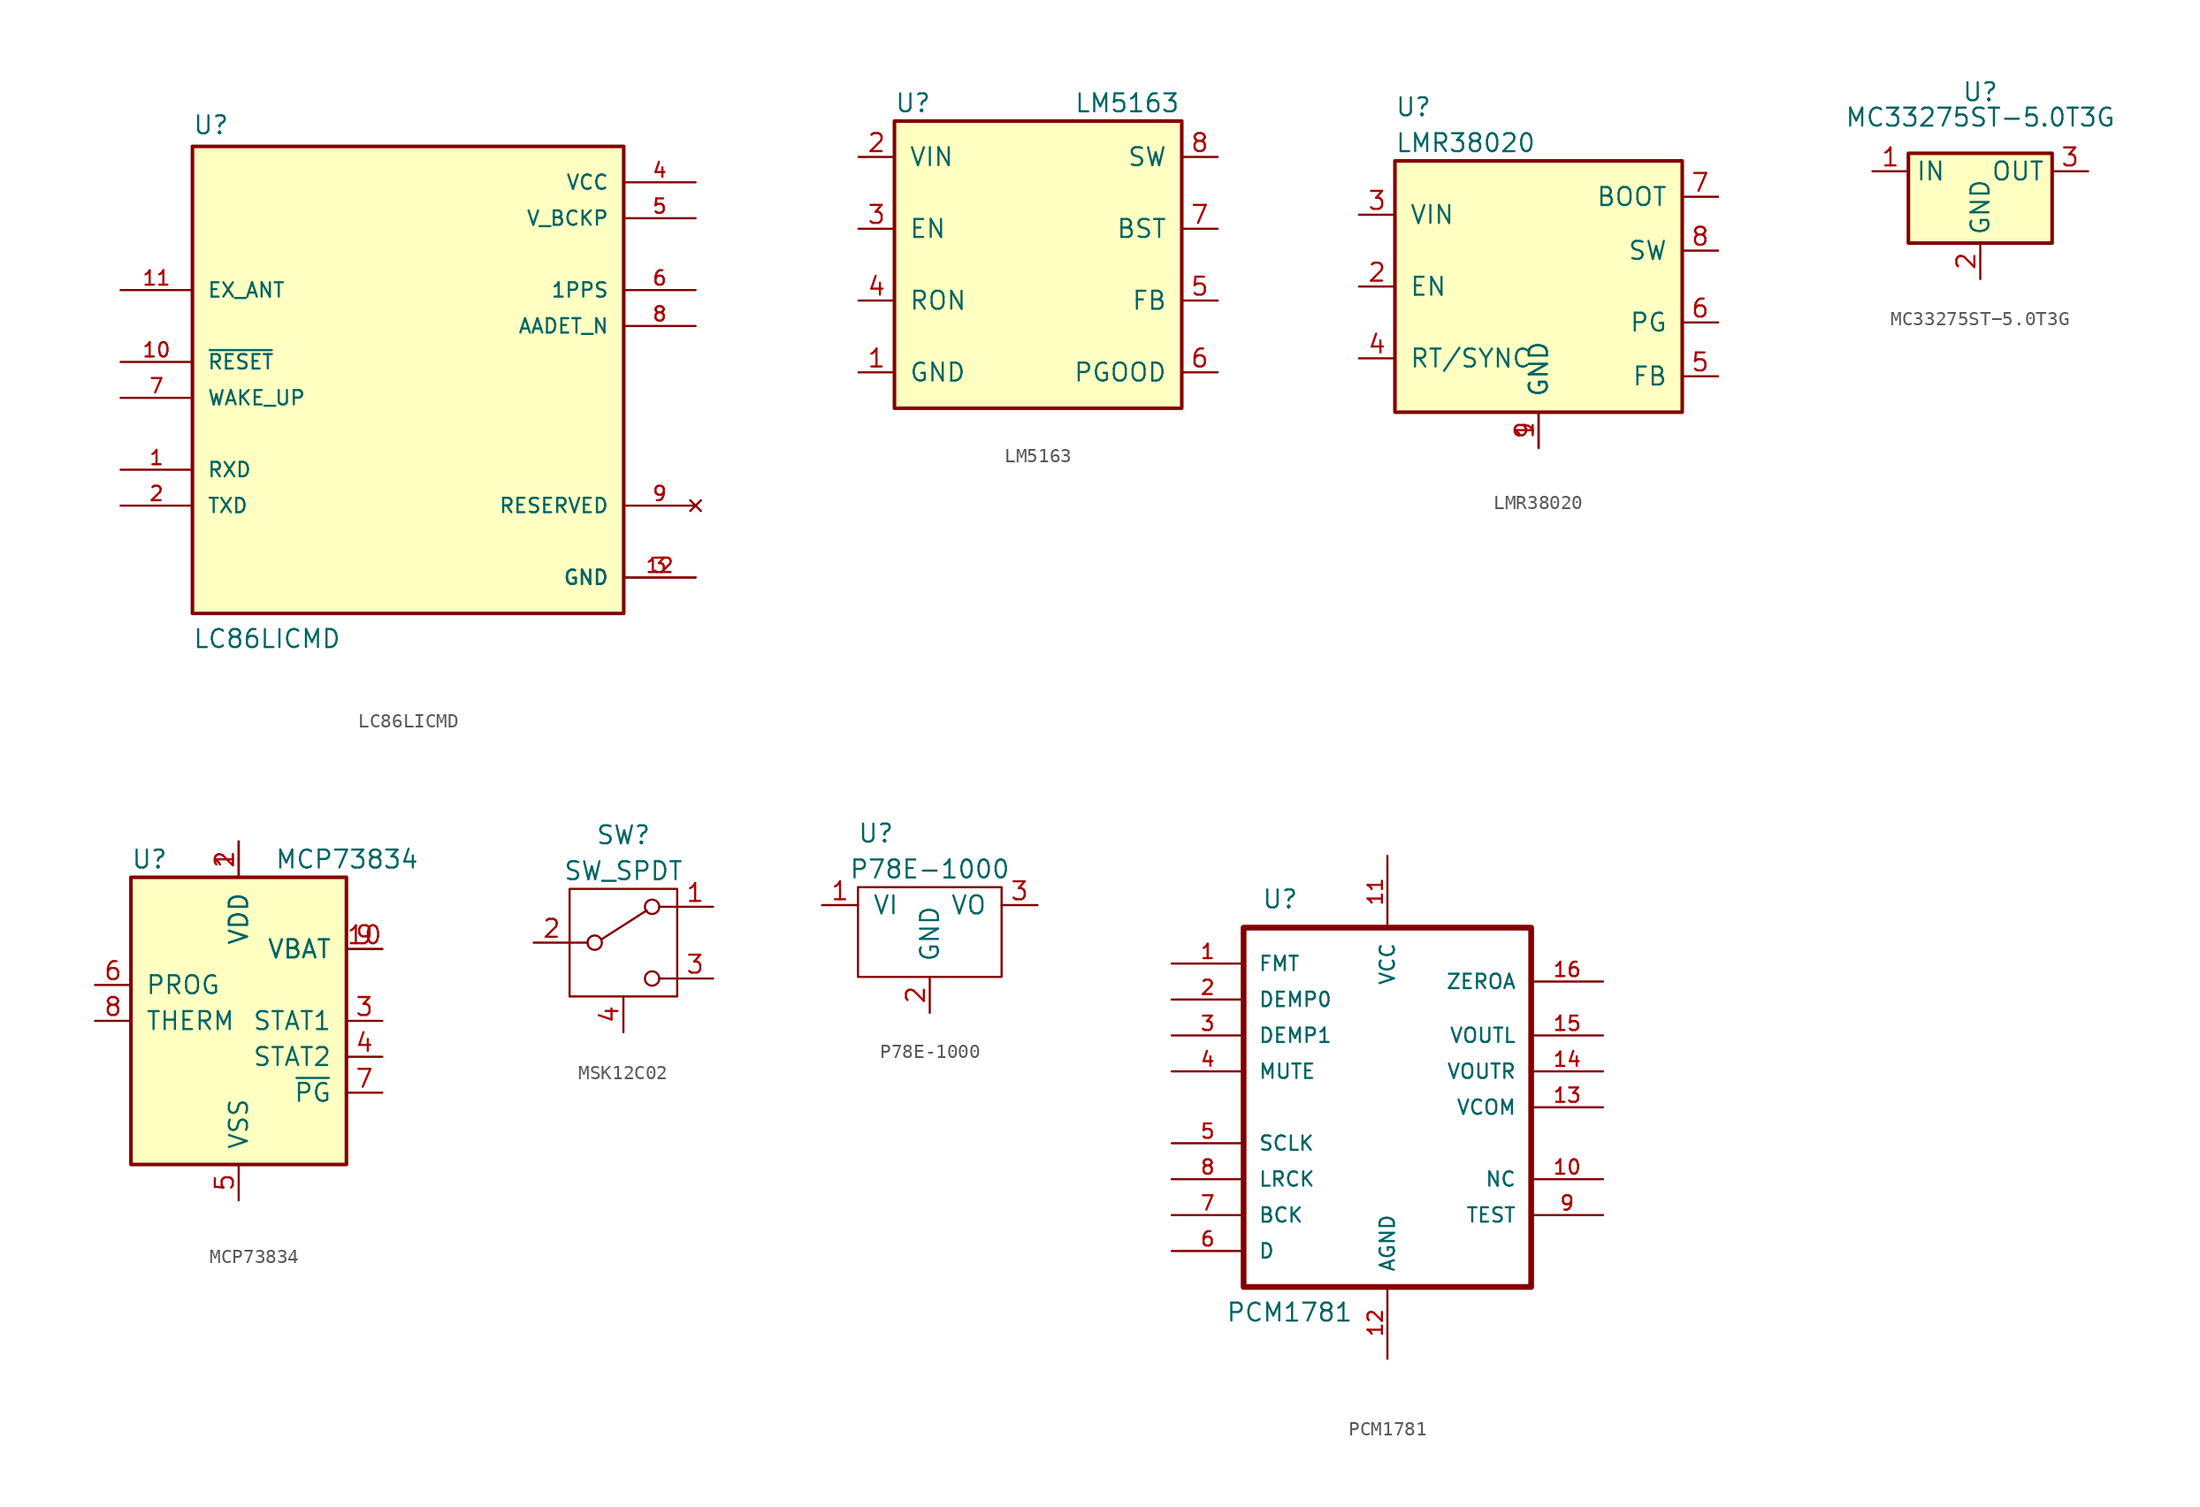
<source format=kicad_sym>
(kicad_symbol_lib
  (version 20220914)
  (generator kicad_symbol_editor)
  (symbol "LC86LICMD"
    (pin_names
      (offset 1.016))
    (property "Reference" "U"
      (at -15.24 16.002 0)
      (effects (font (size 1.27 1.27)) (justify left bottom)))
    (property "Value" "LC86LICMD"
      (at -15.24 -20.32 0)
      (effects (font (size 1.27 1.27)) (justify left bottom)))
    (symbol "LC86LICMD_0_0"
      (rectangle (start -15.24 -17.78) (end 15.24 15.24) (stroke (width 0.254) (type default)) (fill (type background)))
      (pin input line (at -20.32 -7.62 0) (length 5.08) (name "RXD" (effects (font (size 1.016 1.016)))) (number "1" (effects (font (size 1.016 1.016)))))
      (pin input line (at -20.32 0 0) (length 5.08) (name "~{RESET}" (effects (font (size 1.016 1.016)))) (number "10" (effects (font (size 1.016 1.016)))))
      (pin input line (at -20.32 5.08 0) (length 5.08) (name "EX_ANT" (effects (font (size 1.016 1.016)))) (number "11" (effects (font (size 1.016 1.016)))))
      (pin power_in line (at 20.32 -15.24 180) (length 5.08) (name "GND" (effects (font (size 1.016 1.016)))) (number "12" (effects (font (size 1.016 1.016)))))
      (pin output line (at -20.32 -10.16 0) (length 5.08) (name "TXD" (effects (font (size 1.016 1.016)))) (number "2" (effects (font (size 1.016 1.016)))))
      (pin power_in line (at 20.32 -15.24 180) (length 5.08) (name "GND" (effects (font (size 1.016 1.016)))) (number "3" (effects (font (size 1.016 1.016)))))
      (pin power_in line (at 20.32 12.7 180) (length 5.08) (name "VCC" (effects (font (size 1.016 1.016)))) (number "4" (effects (font (size 1.016 1.016)))))
      (pin power_in line (at 20.32 10.16 180) (length 5.08) (name "V_BCKP" (effects (font (size 1.016 1.016)))) (number "5" (effects (font (size 1.016 1.016)))))
      (pin output line (at 20.32 5.08 180) (length 5.08) (name "1PPS" (effects (font (size 1.016 1.016)))) (number "6" (effects (font (size 1.016 1.016)))))
      (pin input line (at -20.32 -2.54 0) (length 5.08) (name "WAKE_UP" (effects (font (size 1.016 1.016)))) (number "7" (effects (font (size 1.016 1.016)))))
      (pin output line (at 20.32 2.54 180) (length 5.08) (name "AADET_N" (effects (font (size 1.016 1.016)))) (number "8" (effects (font (size 1.016 1.016)))))
      (pin no_connect line (at 20.32 -10.16 180) (length 5.08) (name "RESERVED" (effects (font (size 1.016 1.016)))) (number "9" (effects (font (size 1.016 1.016)))))))
  (symbol "LM5163"
    (pin_names
      (offset 1.016))
    (property "Reference" "U"
      (at -10.16 11.43 0)
      (effects (font (size 1.27 1.27)) (justify left)))
    (property "Value" "LM5163"
      (at 2.54 11.43 0)
      (effects (font (size 1.27 1.27)) (justify left)))
    (symbol "LM5163_0_1"
      (rectangle (start -10.16 10.16) (end 10.16 -10.16) (stroke (width 0.254) (type default)) (fill (type background))))
    (symbol "LM5163_1_1"
      (pin power_in line (at -12.7 -7.62 0) (length 2.54) (name "GND" (effects (font (size 1.27 1.27)))) (number "1" (effects (font (size 1.27 1.27)))))
      (pin power_in line (at -12.7 7.62 0) (length 2.54) (name "VIN" (effects (font (size 1.27 1.27)))) (number "2" (effects (font (size 1.27 1.27)))))
      (pin input line (at -12.7 2.54 0) (length 2.54) (name "EN" (effects (font (size 1.27 1.27)))) (number "3" (effects (font (size 1.27 1.27)))))
      (pin input line (at -12.7 -2.54 0) (length 2.54) (name "RON" (effects (font (size 1.27 1.27)))) (number "4" (effects (font (size 1.27 1.27)))))
      (pin output line (at 12.7 -2.54 180) (length 2.54) (name "FB" (effects (font (size 1.27 1.27)))) (number "5" (effects (font (size 1.27 1.27)))))
      (pin input line (at 12.7 -7.62 180) (length 2.54) (name "PGOOD" (effects (font (size 1.27 1.27)))) (number "6" (effects (font (size 1.27 1.27)))))
      (pin input line (at 12.7 2.54 180) (length 2.54) (name "BST" (effects (font (size 1.27 1.27)))) (number "7" (effects (font (size 1.27 1.27)))))
      (pin output line (at 12.7 7.62 180) (length 2.54) (name "SW" (effects (font (size 1.27 1.27)))) (number "8" (effects (font (size 1.27 1.27)))))))
  (symbol "LMR38020"
    (pin_names
      (offset 1.016))
    (property "Reference" "U"
      (at -10.16 12.7 0)
      (effects (font (size 1.27 1.27)) (justify left)))
    (property "Value" "LMR38020"
      (at -10.16 10.16 0)
      (effects (font (size 1.27 1.27)) (justify left)))
    (symbol "LMR38020_0_1"
      (rectangle (start -10.16 8.89) (end 10.16 -8.89) (stroke (width 0.254) (type default)) (fill (type background))))
    (symbol "LMR38020_1_1"
      (pin power_in line (at 0 -11.43 90) (length 2.54) (name "GND" (effects (font (size 1.27 1.27)))) (number "1" (effects (font (size 1.27 1.27)))))
      (pin input line (at -12.7 0 0) (length 2.54) (name "EN" (effects (font (size 1.27 1.27)))) (number "2" (effects (font (size 1.27 1.27)))))
      (pin power_in line (at -12.7 5.08 0) (length 2.54) (name "VIN" (effects (font (size 1.27 1.27)))) (number "3" (effects (font (size 1.27 1.27)))))
      (pin input line (at -12.7 -5.08 0) (length 2.54) (name "RT/SYNC" (effects (font (size 1.27 1.27)))) (number "4" (effects (font (size 1.27 1.27)))))
      (pin input line (at 12.7 -6.35 180) (length 2.54) (name "FB" (effects (font (size 1.27 1.27)))) (number "5" (effects (font (size 1.27 1.27)))))
      (pin output line (at 12.7 -2.54 180) (length 2.54) (name "PG" (effects (font (size 1.27 1.27)))) (number "6" (effects (font (size 1.27 1.27)))))
      (pin input line (at 12.7 6.35 180) (length 2.54) (name "BOOT" (effects (font (size 1.27 1.27)))) (number "7" (effects (font (size 1.27 1.27)))))
      (pin output line (at 12.7 2.54 180) (length 2.54) (name "SW" (effects (font (size 1.27 1.27)))) (number "8" (effects (font (size 1.27 1.27)))))
      (pin power_in line (at 0 -11.43 90) (length 2.54) (name "GND" (effects (font (size 1.27 1.27)))) (number "9" (effects (font (size 1.27 1.27)))))))
  (symbol "MC33275ST−5.0T3G"
    (property "Reference" "U"
      (at 0 8.89 0)
      (effects (font (size 1.27 1.27)) (justify top)))
    (property "Value" "MC33275ST−5.0T3G"
      (at 0 6.35 0)
      (effects (font (size 1.27 1.27))))
    (symbol "MC33275ST−5.0T3G_0_1"
      (rectangle (start -5.08 3.81) (end 5.08 -2.54) (stroke (width 0.254) (type default)) (fill (type background))))
    (symbol "MC33275ST−5.0T3G_1_1"
      (pin power_in line (at -7.62 2.54 0) (length 2.54) (name "IN" (effects (font (size 1.27 1.27)))) (number "1" (effects (font (size 1.27 1.27)))))
      (pin power_in line (at 0 -5.08 90) (length 2.54) (name "GND" (effects (font (size 1.27 1.27)))) (number "2" (effects (font (size 1.27 1.27)))))
      (pin power_out line (at 7.62 2.54 180) (length 2.54) (name "OUT" (effects (font (size 1.27 1.27)))) (number "3" (effects (font (size 1.27 1.27)))))))
  (symbol "MCP73834"
    (pin_names
      (offset 1.016))
    (property "Reference" "U"
      (at -7.62 11.43 0)
      (effects (font (size 1.27 1.27)) (justify left)))
    (property "Value" "MCP73834"
      (at 2.54 11.43 0)
      (effects (font (size 1.27 1.27)) (justify left)))
    (symbol "MCP73834_0_1"
      (rectangle (start -7.62 10.16) (end 7.62 -10.16) (stroke (width 0.254) (type default)) (fill (type background))))
    (symbol "MCP73834_1_1"
      (pin power_in line (at 0 12.7 270) (length 2.54) (name "VDD" (effects (font (size 1.27 1.27)))) (number "1" (effects (font (size 1.27 1.27)))))
      (pin power_out line (at 10.16 5.08 180) (length 2.54) (name "VBAT" (effects (font (size 1.27 1.27)))) (number "10" (effects (font (size 1.27 1.27)))))
      (pin power_in line (at 0 12.7 270) (length 2.54) (name "VDD" (effects (font (size 1.27 1.27)))) (number "2" (effects (font (size 1.27 1.27)))))
      (pin output line (at 10.16 0 180) (length 2.54) (name "STAT1" (effects (font (size 1.27 1.27)))) (number "3" (effects (font (size 1.27 1.27)))))
      (pin output line (at 10.16 -2.54 180) (length 2.54) (name "STAT2" (effects (font (size 1.27 1.27)))) (number "4" (effects (font (size 1.27 1.27)))))
      (pin power_in line (at 0 -12.7 90) (length 2.54) (name "VSS" (effects (font (size 1.27 1.27)))) (number "5" (effects (font (size 1.27 1.27)))))
      (pin input line (at -10.16 2.54 0) (length 2.54) (name "PROG" (effects (font (size 1.27 1.27)))) (number "6" (effects (font (size 1.27 1.27)))))
      (pin output line (at 10.16 -5.08 180) (length 2.54) (name "~{PG}" (effects (font (size 1.27 1.27)))) (number "7" (effects (font (size 1.27 1.27)))))
      (pin input line (at -10.16 0 0) (length 2.54) (name "THERM" (effects (font (size 1.27 1.27)))) (number "8" (effects (font (size 1.27 1.27)))))
      (pin power_out line (at 10.16 5.08 180) (length 2.54) (name "VBAT" (effects (font (size 1.27 1.27)))) (number "9" (effects (font (size 1.27 1.27)))))))
  (symbol "MSK12C02"
    (pin_names
      (offset 0) hide)
    (property "Reference" "SW"
      (at 0 7.62 0)
      (effects (font (size 1.27 1.27))))
    (property "Value" "SW_SPDT"
      (at 0 5.08 0)
      (effects (font (size 1.27 1.27))))
    (symbol "MSK12C02_0_0"
      (circle (center -2.032 0) (radius 0.508) (stroke (width 0) (type default)) (fill (type none)))
      (circle (center 2.032 -2.54) (radius 0.508) (stroke (width 0) (type default)) (fill (type none))))
    (symbol "MSK12C02_0_1"
      (rectangle (start -3.81 3.81) (end 3.81 -3.81) (stroke (width 0) (type default)) (fill (type none)))
      (polyline (pts (xy -3.81 0) (xy -2.54 0)) (stroke (width 0) (type default)) (fill (type none)))
      (polyline (pts (xy -1.524 0.254) (xy 1.651 2.286)) (stroke (width 0) (type default)) (fill (type none)))
      (polyline (pts (xy 3.81 -2.54) (xy 2.54 -2.54)) (stroke (width 0) (type default)) (fill (type none)))
      (polyline (pts (xy 3.81 2.54) (xy 2.54 2.54)) (stroke (width 0) (type default)) (fill (type none)))
      (circle (center 2.032 2.54) (radius 0.508) (stroke (width 0) (type default)) (fill (type none))))
    (symbol "MSK12C02_1_1"
      (pin passive line (at 6.35 2.54 180) (length 2.54) (name "A" (effects (font (size 1.27 1.27)))) (number "1" (effects (font (size 1.27 1.27)))))
      (pin passive line (at -6.35 0 0) (length 2.54) (name "B" (effects (font (size 1.27 1.27)))) (number "2" (effects (font (size 1.27 1.27)))))
      (pin passive line (at 6.35 -2.54 180) (length 2.54) (name "C" (effects (font (size 1.27 1.27)))) (number "3" (effects (font (size 1.27 1.27)))))
      (pin passive line (at 0 -6.35 90) (length 2.54) (name "GND" (effects (font (size 1.27 1.27)))) (number "4" (effects (font (size 1.27 1.27)))))))
  (symbol "P78E-1000"
    (pin_names
      (offset 1.016))
    (property "Reference" "U"
      (at -3.81 5.08 0)
      (effects (font (size 1.27 1.27))))
    (property "Value" "P78E-1000"
      (at 0 2.54 0)
      (effects (font (size 1.27 1.27))))
    (symbol "P78E-1000_0_1"
      (rectangle (start -5.08 -5.08) (end 5.08 1.27) (stroke (width 0) (type default)) (fill (type none))))
    (symbol "P78E-1000_1_1"
      (pin power_in line (at -7.62 0 0) (length 2.54) (name "VI" (effects (font (size 1.27 1.27)))) (number "1" (effects (font (size 1.27 1.27)))))
      (pin passive line (at 0 -7.62 90) (length 2.54) (name "GND" (effects (font (size 1.27 1.27)))) (number "2" (effects (font (size 1.27 1.27)))))
      (pin power_out line (at 7.62 0 180) (length 2.54) (name "VO" (effects (font (size 1.27 1.27)))) (number "3" (effects (font (size 1.27 1.27)))))))
  (symbol "PCM1781"
    (pin_names
      (offset 1.016))
    (property "Reference" "U"
      (at -8.89 13.97 0)
      (effects (font (size 1.27 1.27)) (justify left bottom)))
    (property "Value" "PCM1781"
      (at -11.43 -15.24 0)
      (effects (font (size 1.27 1.27)) (justify left bottom)))
    (symbol "PCM1781_0_0"
      (rectangle (start -10.16 12.7) (end 10.16 -12.7) (stroke (width 0.406) (type default)) (fill (type none)))
      (pin input line (at -15.24 10.16 0) (length 5.08) (name "FMT" (effects (font (size 1.016 1.016)))) (number "1" (effects (font (size 1.016 1.016)))))
      (pin input line (at 15.24 -5.08 180) (length 5.08) (name "NC" (effects (font (size 1.016 1.016)))) (number "10" (effects (font (size 1.016 1.016)))))
      (pin power_in line (at 0 17.78 270) (length 5.08) (name "VCC" (effects (font (size 1.016 1.016)))) (number "11" (effects (font (size 1.016 1.016)))))
      (pin power_in line (at 0 -17.78 90) (length 5.08) (name "AGND" (effects (font (size 1.016 1.016)))) (number "12" (effects (font (size 1.016 1.016)))))
      (pin input line (at 15.24 0 180) (length 5.08) (name "VCOM" (effects (font (size 1.016 1.016)))) (number "13" (effects (font (size 1.016 1.016)))))
      (pin input line (at 15.24 2.54 180) (length 5.08) (name "VOUTR" (effects (font (size 1.016 1.016)))) (number "14" (effects (font (size 1.016 1.016)))))
      (pin input line (at 15.24 5.08 180) (length 5.08) (name "VOUTL" (effects (font (size 1.016 1.016)))) (number "15" (effects (font (size 1.016 1.016)))))
      (pin input line (at 15.24 8.89 180) (length 5.08) (name "ZEROA" (effects (font (size 1.016 1.016)))) (number "16" (effects (font (size 1.016 1.016)))))
      (pin input line (at -15.24 7.62 0) (length 5.08) (name "DEMP0" (effects (font (size 1.016 1.016)))) (number "2" (effects (font (size 1.016 1.016)))))
      (pin input line (at -15.24 5.08 0) (length 5.08) (name "DEMP1" (effects (font (size 1.016 1.016)))) (number "3" (effects (font (size 1.016 1.016)))))
      (pin input line (at -15.24 2.54 0) (length 5.08) (name "MUTE" (effects (font (size 1.016 1.016)))) (number "4" (effects (font (size 1.016 1.016)))))
      (pin input line (at -15.24 -2.54 0) (length 5.08) (name "SCLK" (effects (font (size 1.016 1.016)))) (number "5" (effects (font (size 1.016 1.016)))))
      (pin output line (at -15.24 -10.16 0) (length 5.08) (name "D" (effects (font (size 1.016 1.016)))) (number "6" (effects (font (size 1.016 1.016)))))
      (pin input line (at -15.24 -7.62 0) (length 5.08) (name "BCK" (effects (font (size 1.016 1.016)))) (number "7" (effects (font (size 1.016 1.016)))))
      (pin input line (at -15.24 -5.08 0) (length 5.08) (name "LRCK" (effects (font (size 1.016 1.016)))) (number "8" (effects (font (size 1.016 1.016)))))
      (pin input line (at 15.24 -7.62 180) (length 5.08) (name "TEST" (effects (font (size 1.016 1.016)))) (number "9" (effects (font (size 1.016 1.016))))))))
</source>
